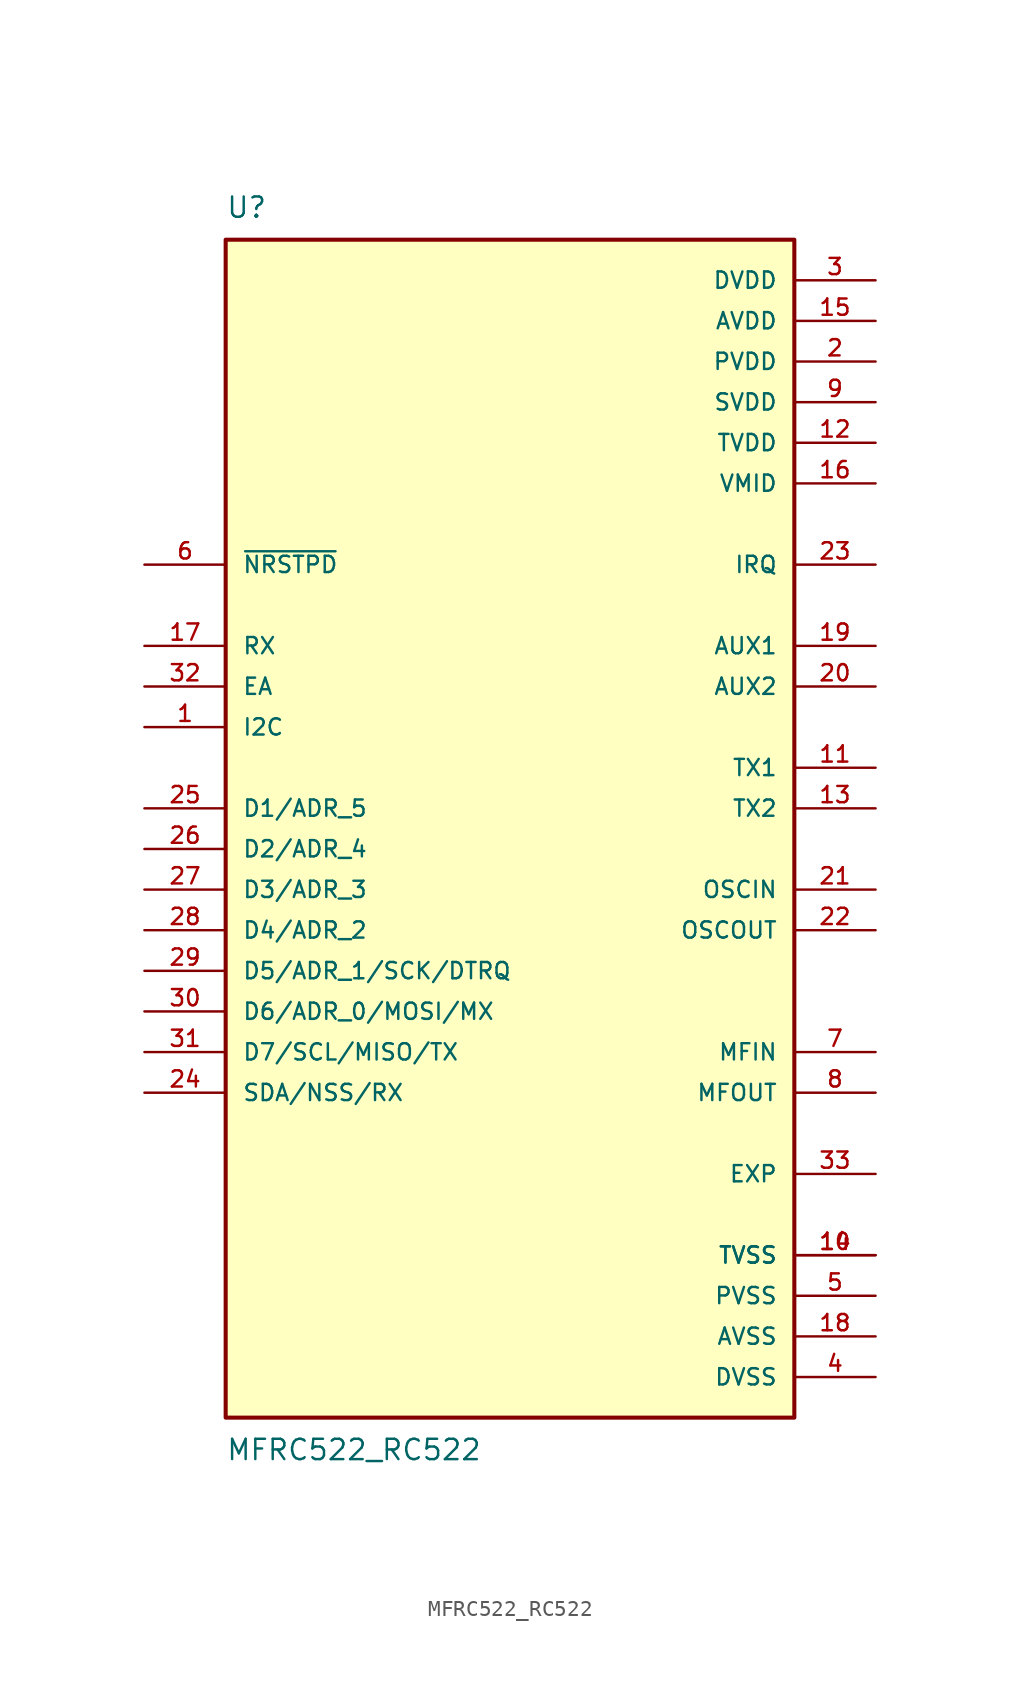
<source format=kicad_sym>
(kicad_symbol_lib
  (version 20211014)
  (generator kicad_symbol_editor)
  (symbol "MFRC522_RC522"
    (pin_names
      (offset 1.016))
    (property "Reference" "U"
      (at -17.78 36.83 0)
      (effects (font (size 1.27 1.27)) (justify bottom left)))
    (property "Value" "MFRC522_RC522"
      (at -17.78 -39.37 0)
      (effects (font (size 1.27 1.27)) (justify top left)))
    (symbol "MFRC522_RC522_0_0"
      (rectangle (start -17.78 -38.1) (end 17.78 35.56) (stroke (width 0.254)) (fill (type background)))
      (pin input line (at -22.86 5.08 0) (length 5.08) (name "I2C" (effects (font (size 1.016 1.016)))) (number "1" (effects (font (size 1.016 1.016)))))
      (pin power_in line (at 22.86 27.94 180.0) (length 5.08) (name "PVDD" (effects (font (size 1.016 1.016)))) (number "2" (effects (font (size 1.016 1.016)))))
      (pin power_in line (at 22.86 33.02 180.0) (length 5.08) (name "DVDD" (effects (font (size 1.016 1.016)))) (number "3" (effects (font (size 1.016 1.016)))))
      (pin power_in line (at 22.86 -35.56 180.0) (length 5.08) (name "DVSS" (effects (font (size 1.016 1.016)))) (number "4" (effects (font (size 1.016 1.016)))))
      (pin power_in line (at 22.86 -30.48 180.0) (length 5.08) (name "PVSS" (effects (font (size 1.016 1.016)))) (number "5" (effects (font (size 1.016 1.016)))))
      (pin input line (at -22.86 15.24 0) (length 5.08) (name "~{NRSTPD}" (effects (font (size 1.016 1.016)))) (number "6" (effects (font (size 1.016 1.016)))))
      (pin input line (at 22.86 -15.24 180.0) (length 5.08) (name "MFIN" (effects (font (size 1.016 1.016)))) (number "7" (effects (font (size 1.016 1.016)))))
      (pin output line (at 22.86 -17.78 180.0) (length 5.08) (name "MFOUT" (effects (font (size 1.016 1.016)))) (number "8" (effects (font (size 1.016 1.016)))))
      (pin power_in line (at 22.86 25.4 180.0) (length 5.08) (name "SVDD" (effects (font (size 1.016 1.016)))) (number "9" (effects (font (size 1.016 1.016)))))
      (pin power_in line (at 22.86 -27.94 180.0) (length 5.08) (name "TVSS" (effects (font (size 1.016 1.016)))) (number "10" (effects (font (size 1.016 1.016)))))
      (pin power_in line (at 22.86 -27.94 180.0) (length 5.08) (name "TVSS" (effects (font (size 1.016 1.016)))) (number "14" (effects (font (size 1.016 1.016)))))
      (pin output line (at 22.86 2.54 180.0) (length 5.08) (name "TX1" (effects (font (size 1.016 1.016)))) (number "11" (effects (font (size 1.016 1.016)))))
      (pin power_in line (at 22.86 22.86 180.0) (length 5.08) (name "TVDD" (effects (font (size 1.016 1.016)))) (number "12" (effects (font (size 1.016 1.016)))))
      (pin output line (at 22.86 0.0 180.0) (length 5.08) (name "TX2" (effects (font (size 1.016 1.016)))) (number "13" (effects (font (size 1.016 1.016)))))
      (pin power_in line (at 22.86 30.48 180.0) (length 5.08) (name "AVDD" (effects (font (size 1.016 1.016)))) (number "15" (effects (font (size 1.016 1.016)))))
      (pin power_in line (at 22.86 20.32 180.0) (length 5.08) (name "VMID" (effects (font (size 1.016 1.016)))) (number "16" (effects (font (size 1.016 1.016)))))
      (pin input line (at -22.86 10.16 0) (length 5.08) (name "RX" (effects (font (size 1.016 1.016)))) (number "17" (effects (font (size 1.016 1.016)))))
      (pin power_in line (at 22.86 -33.02 180.0) (length 5.08) (name "AVSS" (effects (font (size 1.016 1.016)))) (number "18" (effects (font (size 1.016 1.016)))))
      (pin output line (at 22.86 10.16 180.0) (length 5.08) (name "AUX1" (effects (font (size 1.016 1.016)))) (number "19" (effects (font (size 1.016 1.016)))))
      (pin output line (at 22.86 7.62 180.0) (length 5.08) (name "AUX2" (effects (font (size 1.016 1.016)))) (number "20" (effects (font (size 1.016 1.016)))))
      (pin input line (at 22.86 -5.08 180.0) (length 5.08) (name "OSCIN" (effects (font (size 1.016 1.016)))) (number "21" (effects (font (size 1.016 1.016)))))
      (pin output line (at 22.86 -7.62 180.0) (length 5.08) (name "OSCOUT" (effects (font (size 1.016 1.016)))) (number "22" (effects (font (size 1.016 1.016)))))
      (pin output line (at 22.86 15.24 180.0) (length 5.08) (name "IRQ" (effects (font (size 1.016 1.016)))) (number "23" (effects (font (size 1.016 1.016)))))
      (pin bidirectional line (at -22.86 -17.78 0) (length 5.08) (name "SDA/NSS/RX" (effects (font (size 1.016 1.016)))) (number "24" (effects (font (size 1.016 1.016)))))
      (pin bidirectional line (at -22.86 0.0 0) (length 5.08) (name "D1/ADR_5" (effects (font (size 1.016 1.016)))) (number "25" (effects (font (size 1.016 1.016)))))
      (pin bidirectional line (at -22.86 -2.54 0) (length 5.08) (name "D2/ADR_4" (effects (font (size 1.016 1.016)))) (number "26" (effects (font (size 1.016 1.016)))))
      (pin bidirectional line (at -22.86 -5.08 0) (length 5.08) (name "D3/ADR_3" (effects (font (size 1.016 1.016)))) (number "27" (effects (font (size 1.016 1.016)))))
      (pin bidirectional line (at -22.86 -7.62 0) (length 5.08) (name "D4/ADR_2" (effects (font (size 1.016 1.016)))) (number "28" (effects (font (size 1.016 1.016)))))
      (pin bidirectional line (at -22.86 -10.16 0) (length 5.08) (name "D5/ADR_1/SCK/DTRQ" (effects (font (size 1.016 1.016)))) (number "29" (effects (font (size 1.016 1.016)))))
      (pin bidirectional line (at -22.86 -12.7 0) (length 5.08) (name "D6/ADR_0/MOSI/MX" (effects (font (size 1.016 1.016)))) (number "30" (effects (font (size 1.016 1.016)))))
      (pin bidirectional line (at -22.86 -15.24 0) (length 5.08) (name "D7/SCL/MISO/TX" (effects (font (size 1.016 1.016)))) (number "31" (effects (font (size 1.016 1.016)))))
      (pin input line (at -22.86 7.62 0) (length 5.08) (name "EA" (effects (font (size 1.016 1.016)))) (number "32" (effects (font (size 1.016 1.016)))))
      (pin passive line (at 22.86 -22.86 180.0) (length 5.08) (name "EXP" (effects (font (size 1.016 1.016)))) (number "33" (effects (font (size 1.016 1.016))))))))
</source>
